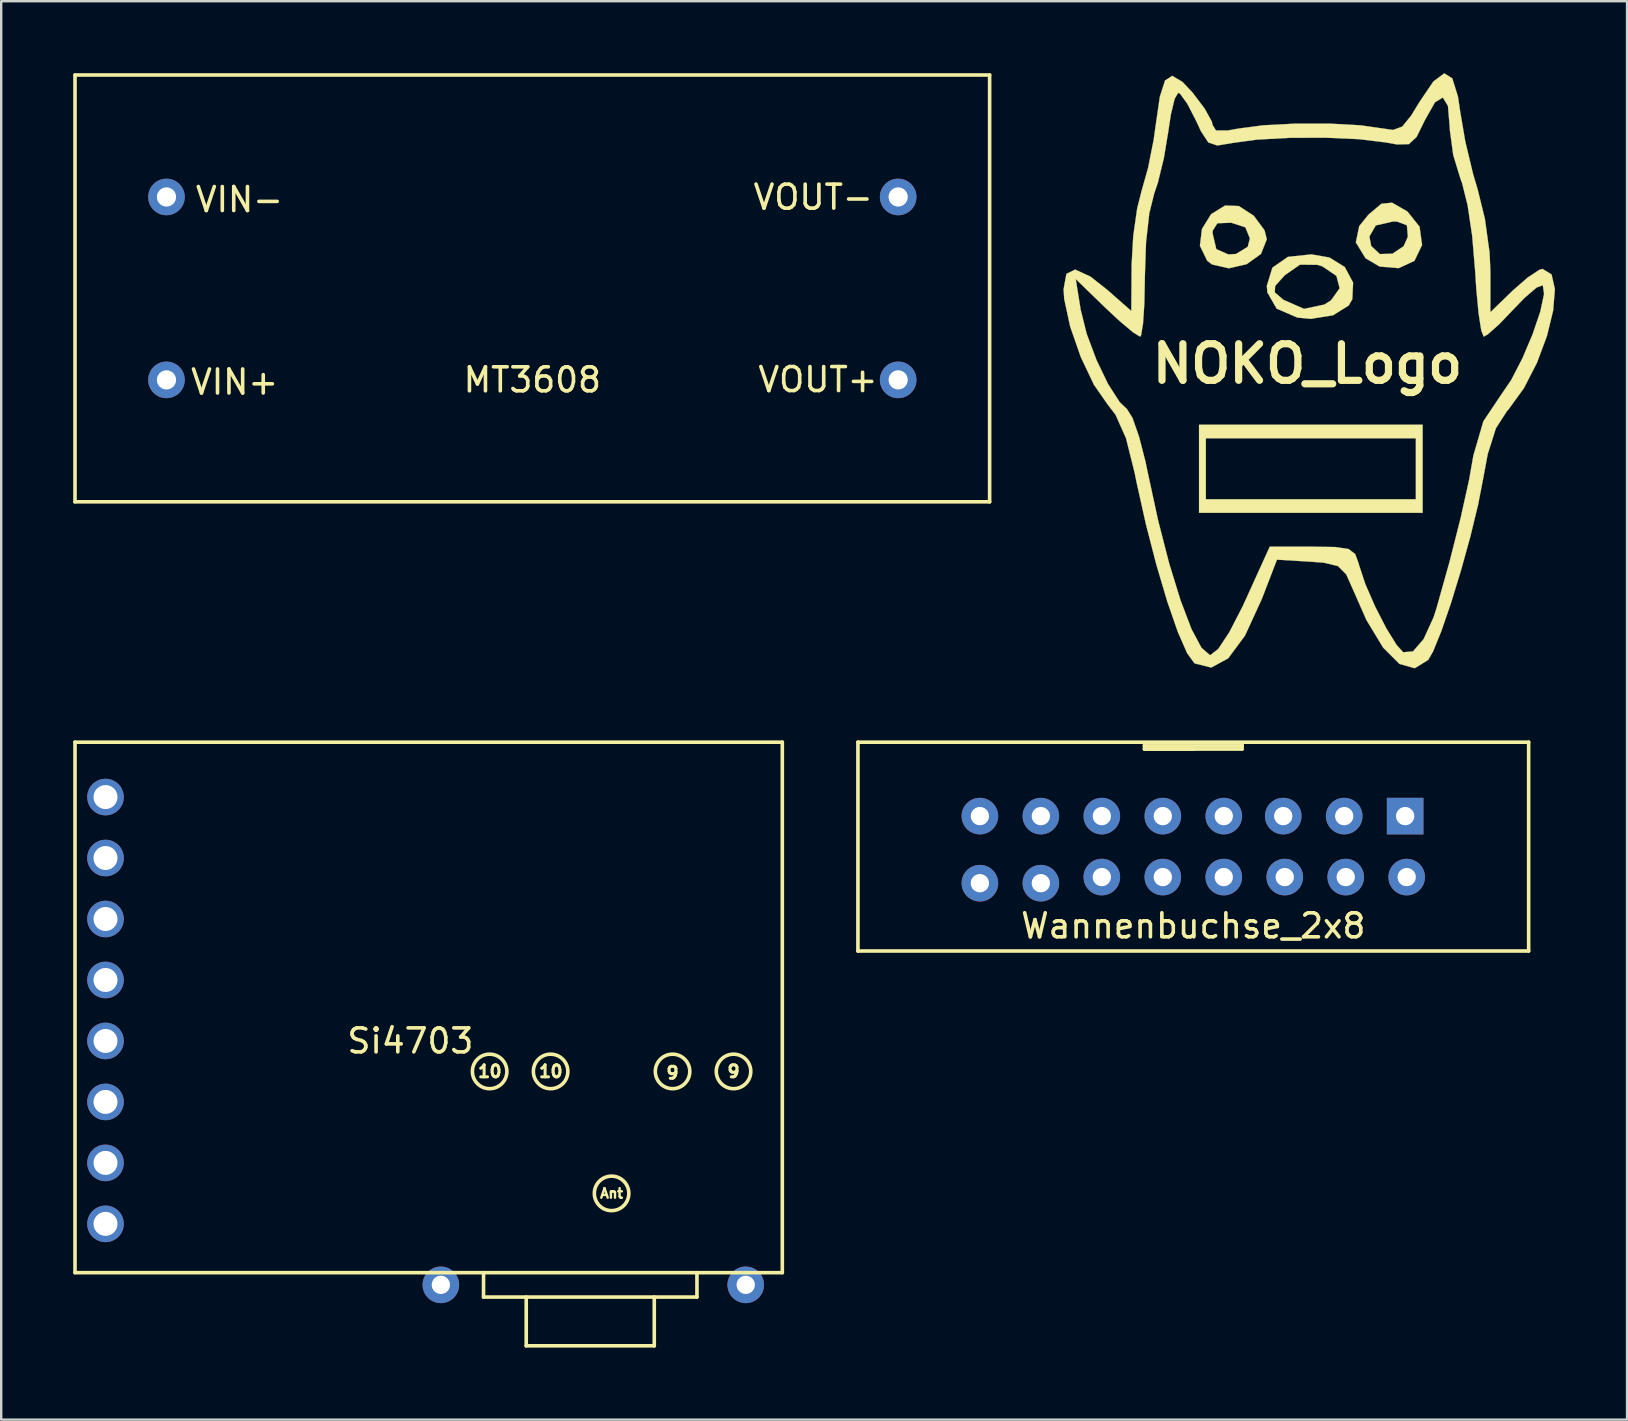
<source format=kicad_pcb>
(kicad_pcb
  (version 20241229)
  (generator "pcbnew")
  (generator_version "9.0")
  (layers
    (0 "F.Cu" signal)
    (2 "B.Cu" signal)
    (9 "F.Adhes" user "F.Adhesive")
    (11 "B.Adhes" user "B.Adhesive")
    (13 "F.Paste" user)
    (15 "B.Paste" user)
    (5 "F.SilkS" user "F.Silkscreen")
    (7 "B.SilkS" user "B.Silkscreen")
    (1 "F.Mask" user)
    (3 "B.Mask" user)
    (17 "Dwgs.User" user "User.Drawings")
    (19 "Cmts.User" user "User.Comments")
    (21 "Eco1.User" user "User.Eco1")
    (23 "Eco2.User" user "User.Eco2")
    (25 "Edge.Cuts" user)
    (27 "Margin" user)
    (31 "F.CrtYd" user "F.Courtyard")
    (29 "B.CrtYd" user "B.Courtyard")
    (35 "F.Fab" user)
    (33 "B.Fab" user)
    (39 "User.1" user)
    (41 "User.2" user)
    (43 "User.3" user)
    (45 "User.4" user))
  (footprint "Si4703"
    (layer "F.Cu")
    (at 14.045 39.043)
    (property "Reference" "Si4703" (at 0 1.27 0) (layer "F.SilkS") (effects (font (size 1 1) (thickness 0.15))))
    (attr through_hole)
    (fp_line (start -13.97 -11.176) (end -13.97 10.922) (stroke (width 0.15) (type solid)) (layer "F.SilkS"))
    (fp_line (start -13.97 10.922) (end 15.494 10.922) (stroke (width 0.15) (type solid)) (layer "F.SilkS"))
    (fp_line (start 3.048 11.938) (end 3.048 10.922) (stroke (width 0.15) (type solid)) (layer "F.SilkS"))
    (fp_line (start 3.048 11.938) (end 11.938 11.938) (stroke (width 0.15) (type solid)) (layer "F.SilkS"))
    (fp_line (start 4.826 11.938) (end 4.826 13.97) (stroke (width 0.15) (type solid)) (layer "F.SilkS"))
    (fp_line (start 10.16 11.938) (end 10.16 13.97) (stroke (width 0.15) (type solid)) (layer "F.SilkS"))
    (fp_line (start 10.16 13.97) (end 4.826 13.97) (stroke (width 0.15) (type solid)) (layer "F.SilkS"))
    (fp_line (start 11.938 11.938) (end 11.938 10.922) (stroke (width 0.15) (type solid)) (layer "F.SilkS"))
    (fp_line (start 15.494 -11.176) (end -13.97 -11.176) (stroke (width 0.15) (type solid)) (layer "F.SilkS"))
    (fp_line (start 15.494 10.922) (end 15.494 -11.176) (stroke (width 0.15) (type solid)) (layer "F.SilkS"))
    (fp_circle (center 3.302 2.54) (end 3.81 3.048) (stroke (width 0.15) (type solid)) (fill no) (layer "F.SilkS"))
    (fp_circle (center 5.842 2.54) (end 6.35 3.048) (stroke (width 0.15) (type solid)) (fill no) (layer "F.SilkS"))
    (fp_circle (center 8.382 7.62) (end 8.89 8.128) (stroke (width 0.15) (type solid)) (fill no) (layer "F.SilkS"))
    (fp_circle (center 10.922 2.54) (end 11.43 3.048) (stroke (width 0.15) (type solid)) (fill no) (layer "F.SilkS"))
    (fp_circle (center 13.462 2.54) (end 13.97 3.048) (stroke (width 0.15) (type solid)) (fill no) (layer "F.SilkS"))
    (fp_text user "Ant" (at 8.382 7.62 0) (layer "F.SilkS") (effects (font (size 0.4 0.4) (thickness 0.1))))
    (fp_text user "9" (at 10.92 2.6 0) (layer "F.SilkS") (effects (font (size 0.5 0.5) (thickness 0.125))))
    (fp_text user "9" (at 13.462 2.54 0) (layer "F.SilkS") (effects (font (size 0.5 0.5) (thickness 0.125))))
    (fp_text user "10" (at 5.85 2.54 0) (layer "F.SilkS") (effects (font (size 0.5 0.5) (thickness 0.125))))
    (fp_text user "10" (at 3.31 2.54 0) (layer "F.SilkS") (effects (font (size 0.5 0.5) (thickness 0.125))))
    (pad "1" thru_hole circle (at -12.7 -8.89) (size 1.524 1.524) (drill 1) (layers "*.Cu" "*.Mask"))
    (pad "2" thru_hole circle (at -12.7 -6.35) (size 1.524 1.524) (drill 1) (layers "*.Cu" "*.Mask"))
    (pad "3" thru_hole circle (at -12.7 -3.81) (size 1.524 1.524) (drill 1) (layers "*.Cu" "*.Mask"))
    (pad "4" thru_hole circle (at -12.7 -1.27) (size 1.524 1.524) (drill 1) (layers "*.Cu" "*.Mask"))
    (pad "5" thru_hole circle (at -12.7 1.27) (size 1.524 1.524) (drill 1) (layers "*.Cu" "*.Mask"))
    (pad "6" thru_hole circle (at -12.7 3.81) (size 1.524 1.524) (drill 1) (layers "*.Cu" "*.Mask"))
    (pad "7" thru_hole circle (at -12.7 6.35) (size 1.524 1.524) (drill 1) (layers "*.Cu" "*.Mask"))
    (pad "8" thru_hole circle (at -12.7 8.89) (size 1.524 1.524) (drill 1) (layers "*.Cu" "*.Mask"))
    (pad "9" thru_hole circle (at 13.97 11.43) (size 1.524 1.524) (drill 0.762) (layers "*.Cu" "*.Mask"))
    (pad "10" thru_hole circle (at 1.27 11.43) (size 1.524 1.524) (drill 0.762) (layers "*.Cu" "*.Mask")))
  (footprint "MT3608"
    (layer "F.Cu")
    (at 19.125 8.965)
    (property "Reference" "MT3608" (at 0 3.81 0) (layer "F.SilkS") (effects (font (size 1 1) (thickness 0.15))))
    (attr through_hole)
    (fp_line (start -19.05 -8.89) (end -19.05 8.89) (stroke (width 0.15) (type solid)) (layer "F.SilkS"))
    (fp_line (start -19.05 -8.89) (end 19.05 -8.89) (stroke (width 0.15) (type solid)) (layer "F.SilkS"))
    (fp_line (start 19.05 -8.89) (end 19.05 8.89) (stroke (width 0.15) (type solid)) (layer "F.SilkS"))
    (fp_line (start 19.05 8.89) (end -19.05 8.89) (stroke (width 0.15) (type solid)) (layer "F.SilkS"))
    (fp_text user "VOUT+" (at 11.9 3.8 0) (layer "F.SilkS") (effects (font (size 1 1) (thickness 0.15))))
    (fp_text user "VIN+" (at -12.4 3.9 0) (layer "F.SilkS") (effects (font (size 1 1) (thickness 0.15))))
    (fp_text user "VOUT-" (at 11.7 -3.8 0) (layer "F.SilkS") (effects (font (size 1 1) (thickness 0.15))))
    (fp_text user "VIN-" (at -12.2 -3.7 0) (layer "F.SilkS") (effects (font (size 1 1) (thickness 0.15))))
    (pad "1" thru_hole circle (at -15.24 3.81) (size 1.524 1.524) (drill 0.8) (layers "*.Cu" "*.Mask"))
    (pad "2" thru_hole circle (at -15.24 -3.81) (size 1.524 1.524) (drill 0.8) (layers "*.Cu" "*.Mask"))
    (pad "3" thru_hole circle (at 15.24 3.81) (size 1.524 1.524) (drill 0.8) (layers "*.Cu" "*.Mask"))
    (pad "4" thru_hole circle (at 15.24 -3.81) (size 1.524 1.524) (drill 0.8) (layers "*.Cu" "*.Mask")))
  (footprint "NOKO_Logo"
    (layer "F.Cu")
    (at 51.415 12.103)
    (property "Reference" "NOKO_Logo" (at 0 0 0) (layer "F.SilkS") (effects (font (size 1.524 1.524) (thickness 0.3))))
    (attr through_hole)
    (fp_poly (pts (xy 4.798 6.209) (xy -4.516 6.209) (xy -4.516 3.104) (xy -4.233 3.104) (xy -4.233 5.644) (xy 4.516 5.644) (xy 4.516 3.104) (xy -4.233 3.104) (xy -4.516 3.104) (xy -4.516 2.54) (xy 4.798 2.54) (xy 4.798 6.209)) (stroke (width 0.01) (type solid)) (fill yes) (layer "F.SilkS"))
    (fp_poly (pts (xy -2.86 -6.571) (xy -2.236 -6.165) (xy -1.788 -5.559) (xy -1.693 -5.187) (xy -1.936 -4.576) (xy -2.532 -4.148) (xy -3.278 -3.977) (xy -3.975 -4.136) (xy -4.177 -4.29) (xy -4.48 -4.916) (xy -4.417 -5.428) (xy -3.951 -5.428) (xy -3.797 -4.775) (xy -3.293 -4.553) (xy -2.975 -4.574) (xy -2.487 -4.873) (xy -2.399 -5.221) (xy -2.586 -5.683) (xy -3.175 -5.875) (xy -3.752 -5.853) (xy -3.946 -5.546) (xy -3.951 -5.428) (xy -4.417 -5.428) (xy -4.393 -5.619) (xy -4.011 -6.234) (xy -3.431 -6.591) (xy -2.86 -6.571)) (stroke (width 0.01) (type solid)) (fill yes) (layer "F.SilkS"))
    (fp_poly (pts (xy 4.127 -6.365) (xy 4.171 -6.334) (xy 4.67 -5.709) (xy 4.775 -4.948) (xy 4.459 -4.29) (xy 3.802 -3.983) (xy 3.007 -4.049) (xy 2.419 -4.395) (xy 2.016 -5.056) (xy 2.067 -5.303) (xy 2.58 -5.303) (xy 2.655 -4.906) (xy 3.016 -4.569) (xy 3.541 -4.585) (xy 4.007 -4.898) (xy 4.182 -5.292) (xy 4.142 -5.769) (xy 3.732 -5.922) (xy 3.564 -5.927) (xy 2.847 -5.762) (xy 2.58 -5.303) (xy 2.067 -5.303) (xy 2.157 -5.734) (xy 2.54 -6.209) (xy 3.077 -6.664) (xy 3.522 -6.71) (xy 4.127 -6.365)) (stroke (width 0.01) (type solid)) (fill yes) (layer "F.SilkS"))
    (fp_poly (pts (xy 0.913 -4.427) (xy 1.555 -4.03) (xy 1.902 -3.379) (xy 1.868 -2.685) (xy 1.716 -2.426) (xy 1.063 -2.018) (xy 0.131 -1.871) (xy -0.423 -1.924) (xy -1.283 -2.295) (xy -1.67 -2.972) (xy -1.67 -2.972) (xy -1.361 -2.972) (xy -1.004 -2.665) (xy -0.142 -2.286) (xy 0.705 -2.466) (xy 0.98 -2.64) (xy 1.341 -3.146) (xy 1.206 -3.661) (xy 0.623 -4.056) (xy 0.41 -4.121) (xy -0.309 -4.129) (xy -0.943 -3.69) (xy -1.346 -3.242) (xy -1.361 -2.972) (xy -1.67 -2.972) (xy -1.693 -3.246) (xy -1.46 -4.004) (xy -0.813 -4.453) (xy 0.165 -4.556) (xy 0.913 -4.427)) (stroke (width 0.01) (type solid)) (fill yes) (layer "F.SilkS"))
    (fp_poly (pts (xy 6.035 -11.888) (xy 6.271 -11.124) (xy 6.361 -10.513) (xy 6.574 -9.264) (xy 6.899 -7.906) (xy 7.087 -7.276) (xy 7.392 -6.035) (xy 7.585 -4.639) (xy 7.62 -3.905) (xy 7.62 -2.147) (xy 8.551 -3.049) (xy 9.173 -3.591) (xy 9.662 -3.913) (xy 9.79 -3.951) (xy 10.169 -3.721) (xy 10.308 -3.104) (xy 10.234 -2.212) (xy 9.976 -1.154) (xy 9.561 -0.042) (xy 9.018 1.015) (xy 8.373 1.905) (xy 8.307 1.977) (xy 7.85 2.687) (xy 7.51 3.763) (xy 7.327 4.744) (xy 7.11 5.864) (xy 6.787 7.195) (xy 6.397 8.604) (xy 5.982 9.961) (xy 5.58 11.132) (xy 5.233 11.984) (xy 5.03 12.337) (xy 4.469 12.684) (xy 3.832 12.504) (xy 3.152 11.825) (xy 2.456 10.675) (xy 1.918 9.454) (xy 1.614 8.773) (xy 1.269 8.428) (xy 0.683 8.287) (xy 0.103 8.244) (xy -1.27 8.162) (xy -1.909 9.818) (xy -2.603 11.327) (xy -3.303 12.272) (xy -4.008 12.655) (xy -4.704 12.482) (xy -5.015 12.053) (xy -5.403 11.164) (xy -5.838 9.91) (xy -6.29 8.385) (xy -6.73 6.684) (xy -7.127 4.901) (xy -7.201 4.535) (xy -7.559 3.101) (xy -7.997 2.121) (xy -8.325 1.694) (xy -8.894 0.876) (xy -9.442 -0.278) (xy -9.884 -1.545) (xy -10.133 -2.699) (xy -10.16 -3.097) (xy -10.082 -3.528) (xy -9.652 -3.528) (xy -9.449 -2.258) (xy -9.198 -1.252) (xy -8.79 -0.16) (xy -8.304 0.848) (xy -7.82 1.601) (xy -7.518 1.889) (xy -7.289 2.255) (xy -7.016 3.034) (xy -6.746 4.083) (xy -6.656 4.516) (xy -6.223 6.519) (xy -5.759 8.323) (xy -5.286 9.857) (xy -4.831 11.051) (xy -4.415 11.833) (xy -4.065 12.134) (xy -4.045 12.136) (xy -3.717 11.883) (xy -3.251 11.177) (xy -2.697 10.098) (xy -2.596 9.878) (xy -1.57 7.62) (xy 0.197 7.62) (xy 1.167 7.635) (xy 1.716 7.719) (xy 1.99 7.929) (xy 2.133 8.322) (xy 2.152 8.396) (xy 2.412 9.181) (xy 2.819 10.113) (xy 3.283 11.017) (xy 3.716 11.717) (xy 3.989 12.018) (xy 4.396 11.982) (xy 4.838 11.471) (xy 5.253 10.566) (xy 5.379 10.173) (xy 5.92 8.245) (xy 6.383 6.417) (xy 6.733 4.841) (xy 6.911 3.825) (xy 7.327 2.399) (xy 8.024 1.358) (xy 8.487 0.677) (xy 8.959 -0.237) (xy 9.382 -1.237) (xy 9.7 -2.175) (xy 9.856 -2.906) (xy 9.804 -3.272) (xy 9.543 -3.173) (xy 9.043 -2.745) (xy 8.597 -2.283) (xy 7.986 -1.646) (xy 7.516 -1.227) (xy 7.343 -1.129) (xy 7.239 -1.391) (xy 7.13 -2.096) (xy 7.033 -3.123) (xy 6.984 -3.881) (xy 6.862 -5.326) (xy 6.672 -6.6) (xy 6.442 -7.526) (xy 6.382 -7.681) (xy 6.072 -8.697) (xy 5.928 -9.763) (xy 5.927 -9.852) (xy 5.852 -10.742) (xy 5.64 -11.091) (xy 5.312 -10.892) (xy 4.892 -10.148) (xy 4.546 -9.447) (xy 4.225 -9.148) (xy 3.724 -9.137) (xy 3.246 -9.222) (xy 2.151 -9.355) (xy 0.747 -9.417) (xy -0.747 -9.411) (xy -2.114 -9.336) (xy -3.12 -9.198) (xy -3.752 -9.092) (xy -4.128 -9.216) (xy -4.435 -9.683) (xy -4.644 -10.132) (xy -5.002 -10.827) (xy -5.299 -11.24) (xy -5.385 -11.289) (xy -5.533 -11.034) (xy -5.692 -10.373) (xy -5.799 -9.666) (xy -5.981 -8.57) (xy -6.23 -7.546) (xy -6.384 -7.092) (xy -6.587 -6.278) (xy -6.723 -5.075) (xy -6.773 -3.652) (xy -6.773 -3.634) (xy -6.794 -2.524) (xy -6.85 -1.666) (xy -6.931 -1.187) (xy -6.974 -1.129) (xy -7.268 -1.311) (xy -7.829 -1.783) (xy -8.414 -2.328) (xy -9.652 -3.528) (xy -10.082 -3.528) (xy -10.043 -3.745) (xy -9.676 -3.923) (xy -9.038 -3.63) (xy -8.335 -3.075) (xy -7.338 -2.199) (xy -7.325 -4.134) (xy -7.257 -5.328) (xy -7.093 -6.475) (xy -6.91 -7.197) (xy -6.64 -8.155) (xy -6.407 -9.326) (xy -6.325 -9.914) (xy -6.15 -11.119) (xy -5.934 -11.799) (xy -5.634 -11.994) (xy -5.206 -11.741) (xy -4.79 -11.3) (xy -4.282 -10.63) (xy -3.984 -10.088) (xy -3.951 -9.946) (xy -3.811 -9.72) (xy -3.316 -9.717) (xy -2.893 -9.794) (xy -1.851 -9.933) (xy -0.504 -10.003) (xy 0.924 -10.003) (xy 2.207 -9.933) (xy 3.014 -9.818) (xy 3.565 -9.739) (xy 3.948 -9.879) (xy 4.325 -10.344) (xy 4.648 -10.877) (xy 5.245 -11.759) (xy 5.7 -12.098) (xy 6.035 -11.888)) (stroke (width 0.01) (type solid)) (fill yes) (layer "F.SilkS")))
  (footprint "Wannenbuchse_2x8"
    (layer "F.Cu")
    (at 46.659 32.217)
    (property "Reference" "Wannenbuchse_2x8" (at 0 3.302 0) (layer "F.SilkS") (effects (font (size 1 1) (thickness 0.15))))
    (attr through_hole)
    (fp_line (start -13.97 4.35) (end -13.97 -4.35) (stroke (width 0.15) (type solid)) (layer "F.SilkS"))
    (fp_line (start -2.032 -4.318) (end 2.032 -4.318) (stroke (width 0.15) (type solid)) (layer "F.SilkS"))
    (fp_line (start -2.032 -4.191) (end 2.032 -4.191) (stroke (width 0.15) (type solid)) (layer "F.SilkS"))
    (fp_line (start -2.032 -4.064) (end -2.032 -4.318) (stroke (width 0.15) (type solid)) (layer "F.SilkS"))
    (fp_line (start -2.032 -4.064) (end 2.032 -4.064) (stroke (width 0.15) (type solid)) (layer "F.SilkS"))
    (fp_line (start 0 -4.064) (end -2.032 -4.064) (stroke (width 0.15) (type solid)) (layer "F.SilkS"))
    (fp_line (start 2.032 -4.318) (end 2.032 -4.064) (stroke (width 0.15) (type solid)) (layer "F.SilkS"))
    (fp_line (start 13.97 -4.35) (end -13.97 -4.35) (stroke (width 0.15) (type solid)) (layer "F.SilkS"))
    (fp_line (start 13.97 4.35) (end -13.97 4.35) (stroke (width 0.15) (type solid)) (layer "F.SilkS"))
    (fp_line (start 13.97 4.35) (end 13.97 -4.35) (stroke (width 0.15) (type solid)) (layer "F.SilkS"))
    (pad "1" thru_hole rect (at 8.826 -1.27) (size 1.524 1.524) (drill 0.762) (layers "*.Cu" "*.Mask"))
    (pad "2" thru_hole circle (at 8.89 1.27) (size 1.524 1.524) (drill 0.762) (layers "*.Cu" "*.Mask"))
    (pad "3" thru_hole circle (at 6.287 -1.27) (size 1.524 1.524) (drill 0.762) (layers "*.Cu" "*.Mask"))
    (pad "4" thru_hole circle (at 6.35 1.27) (size 1.524 1.524) (drill 0.762) (layers "*.Cu" "*.Mask"))
    (pad "5" thru_hole circle (at 3.747 -1.27) (size 1.524 1.524) (drill 0.762) (layers "*.Cu" "*.Mask"))
    (pad "6" thru_hole circle (at 3.81 1.27) (size 1.524 1.524) (drill 0.762) (layers "*.Cu" "*.Mask"))
    (pad "7" thru_hole circle (at 1.27 -1.27) (size 1.524 1.524) (drill 0.762) (layers "*.Cu" "*.Mask"))
    (pad "8" thru_hole circle (at 1.27 1.27) (size 1.524 1.524) (drill 0.762) (layers "*.Cu" "*.Mask"))
    (pad "9" thru_hole circle (at -1.27 -1.27) (size 1.524 1.524) (drill 0.762) (layers "*.Cu" "*.Mask"))
    (pad "11" thru_hole circle (at -3.81 -1.27) (size 1.524 1.524) (drill 0.762) (layers "*.Cu" "*.Mask"))
    (pad "12" thru_hole circle (at -3.81 1.27) (size 1.524 1.524) (drill 0.762) (layers "*.Cu" "*.Mask"))
    (pad "13" thru_hole circle (at -6.35 -1.27) (size 1.524 1.524) (drill 0.762) (layers "*.Cu" "*.Mask"))
    (pad "14" thru_hole circle (at -6.35 1.524) (size 1.524 1.524) (drill 0.762) (layers "*.Cu" "*.Mask"))
    (pad "15" thru_hole circle (at -8.89 -1.27) (size 1.524 1.524) (drill 0.762) (layers "*.Cu" "*.Mask"))
    (pad "16" thru_hole circle (at -8.89 1.524) (size 1.524 1.524) (drill 0.762) (layers "*.Cu" "*.Mask"))
    (pad "19" thru_hole circle (at -1.27 1.27) (size 1.524 1.524) (drill 0.762) (layers "*.Cu" "*.Mask")))
  (gr_rect
    (start -3 -3)
    (end 64.728 56.088)
    (stroke (width 0.1) (type default))
    (fill no)
    (layer "Edge.Cuts")))
</source>
